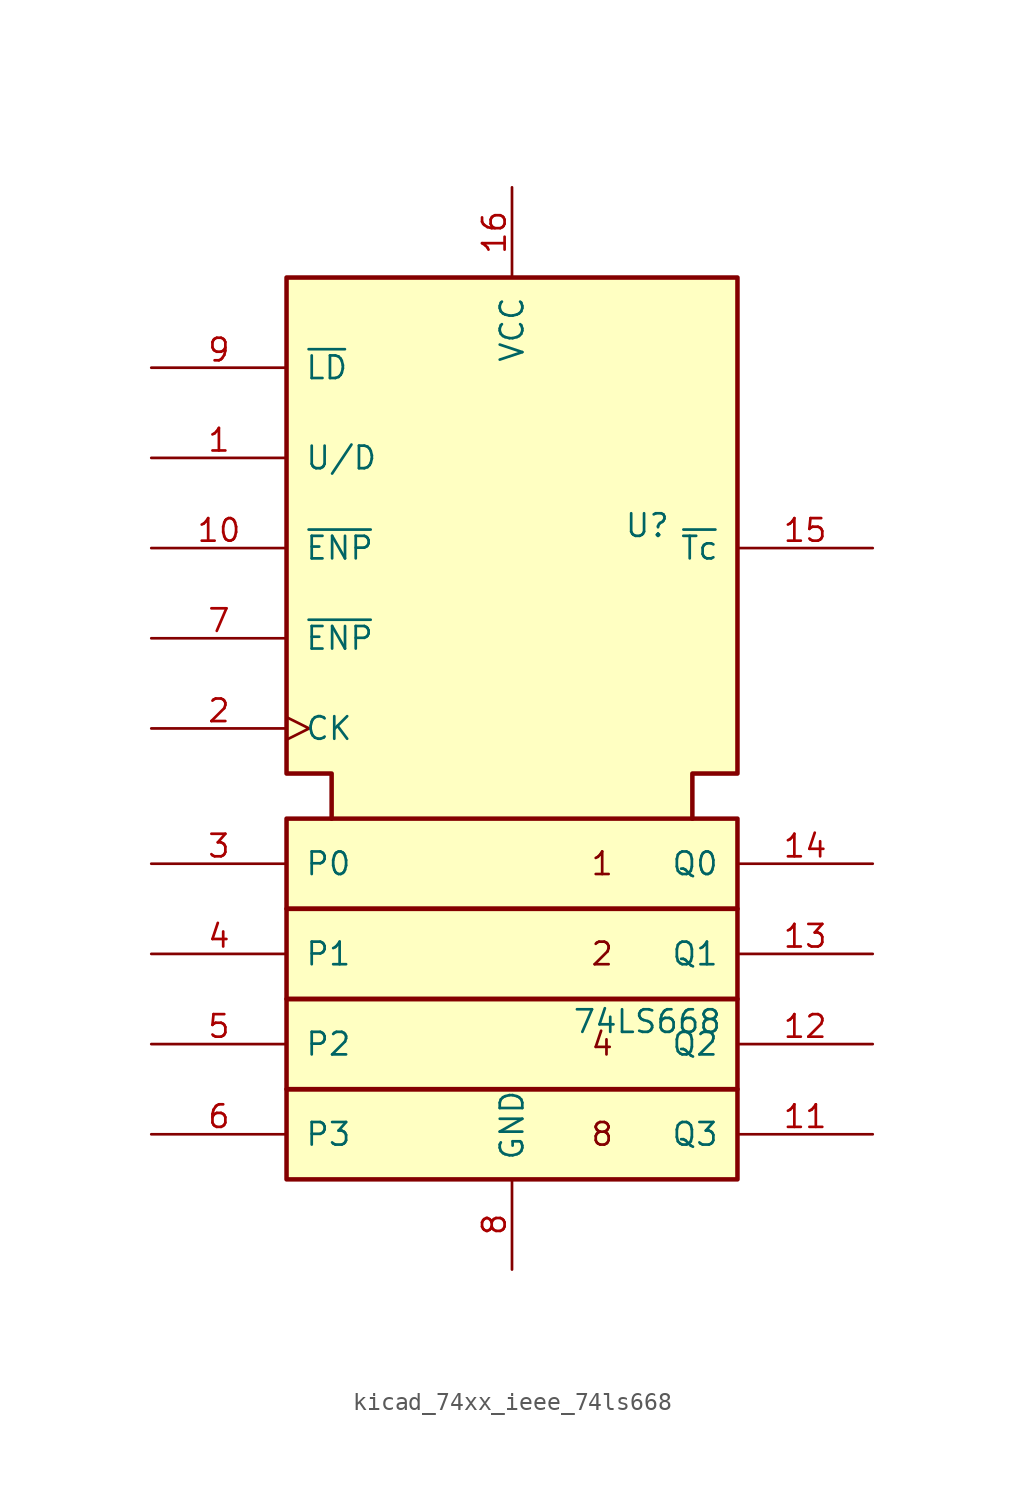
<source format=kicad_sym>
(kicad_symbol_lib
  (version 20220914)
  (generator kicad_symbol_editor)
  (symbol "kicad_74xx_ieee_74ls668"
    (pin_names
      (offset 1.016))
    (property "Reference" "U"
      (at 7.62 13.97 0)
      (effects (font (size 1.27 1.27))))
    (property "Value" "74LS668"
      (at 7.62 -13.97 0)
      (effects (font (size 1.27 1.27))))
    (symbol "kicad_74xx_ieee_74ls668_0_0"
      (rectangle (start -12.7 -17.78) (end 12.7 -22.86) (stroke (width 0.254) (type default)) (fill (type background)))
      (rectangle (start -12.7 -12.7) (end 12.7 -17.78) (stroke (width 0.254) (type default)) (fill (type background)))
      (rectangle (start -12.7 -7.62) (end 12.7 -12.7) (stroke (width 0.254) (type default)) (fill (type background)))
      (rectangle (start -12.7 -2.54) (end 12.7 -7.62) (stroke (width 0.254) (type default)) (fill (type background)))
      (polyline (pts (xy -10.16 -2.54) (xy -10.16 0) (xy -12.7 0) (xy -12.7 27.94) (xy 12.7 27.94) (xy 12.7 0) (xy 10.16 0) (xy 10.16 -2.54) (xy 10.16 -2.54)) (stroke (width 0.254) (type default)) (fill (type background)))
      (text "1" (at 5.08 -5.08 0) (effects (font (size 1.27 1.27))))
      (text "2" (at 5.08 -10.16 0) (effects (font (size 1.27 1.27))))
      (text "4" (at 5.08 -15.24 0) (effects (font (size 1.27 1.27))))
      (text "8" (at 5.08 -20.32 0) (effects (font (size 1.27 1.27))))
      (pin power_in line (at 0 33.02 270) (length 5.08) (name "VCC" (effects (font (size 1.27 1.27)))) (number "16" (effects (font (size 1.27 1.27)))))
      (pin power_in line (at 0 -27.94 90) (length 5.08) (name "GND" (effects (font (size 1.27 1.27)))) (number "8" (effects (font (size 1.27 1.27))))))
    (symbol "kicad_74xx_ieee_74ls668_1_1"
      (pin input line (at -20.32 17.78 0) (length 7.62) (name "U/D" (effects (font (size 1.27 1.27)))) (number "1" (effects (font (size 1.27 1.27)))))
      (pin input line (at -20.32 12.7 0) (length 7.62) (name "~{ENP}" (effects (font (size 1.27 1.27)))) (number "10" (effects (font (size 1.27 1.27)))))
      (pin output line (at 20.32 -20.32 180) (length 7.62) (name "Q3" (effects (font (size 1.27 1.27)))) (number "11" (effects (font (size 1.27 1.27)))))
      (pin output line (at 20.32 -15.24 180) (length 7.62) (name "Q2" (effects (font (size 1.27 1.27)))) (number "12" (effects (font (size 1.27 1.27)))))
      (pin output line (at 20.32 -10.16 180) (length 7.62) (name "Q1" (effects (font (size 1.27 1.27)))) (number "13" (effects (font (size 1.27 1.27)))))
      (pin output line (at 20.32 -5.08 180) (length 7.62) (name "Q0" (effects (font (size 1.27 1.27)))) (number "14" (effects (font (size 1.27 1.27)))))
      (pin output line (at 20.32 12.7 180) (length 7.62) (name "~{Tc}" (effects (font (size 1.27 1.27)))) (number "15" (effects (font (size 1.27 1.27)))))
      (pin input clock (at -20.32 2.54 0) (length 7.62) (name "CK" (effects (font (size 1.27 1.27)))) (number "2" (effects (font (size 1.27 1.27)))))
      (pin input line (at -20.32 -5.08 0) (length 7.62) (name "P0" (effects (font (size 1.27 1.27)))) (number "3" (effects (font (size 1.27 1.27)))))
      (pin input line (at -20.32 -10.16 0) (length 7.62) (name "P1" (effects (font (size 1.27 1.27)))) (number "4" (effects (font (size 1.27 1.27)))))
      (pin input line (at -20.32 -15.24 0) (length 7.62) (name "P2" (effects (font (size 1.27 1.27)))) (number "5" (effects (font (size 1.27 1.27)))))
      (pin input line (at -20.32 -20.32 0) (length 7.62) (name "P3" (effects (font (size 1.27 1.27)))) (number "6" (effects (font (size 1.27 1.27)))))
      (pin input line (at -20.32 7.62 0) (length 7.62) (name "~{ENP}" (effects (font (size 1.27 1.27)))) (number "7" (effects (font (size 1.27 1.27)))))
      (pin input line (at -20.32 22.86 0) (length 7.62) (name "~{LD}" (effects (font (size 1.27 1.27)))) (number "9" (effects (font (size 1.27 1.27))))))))
</source>
